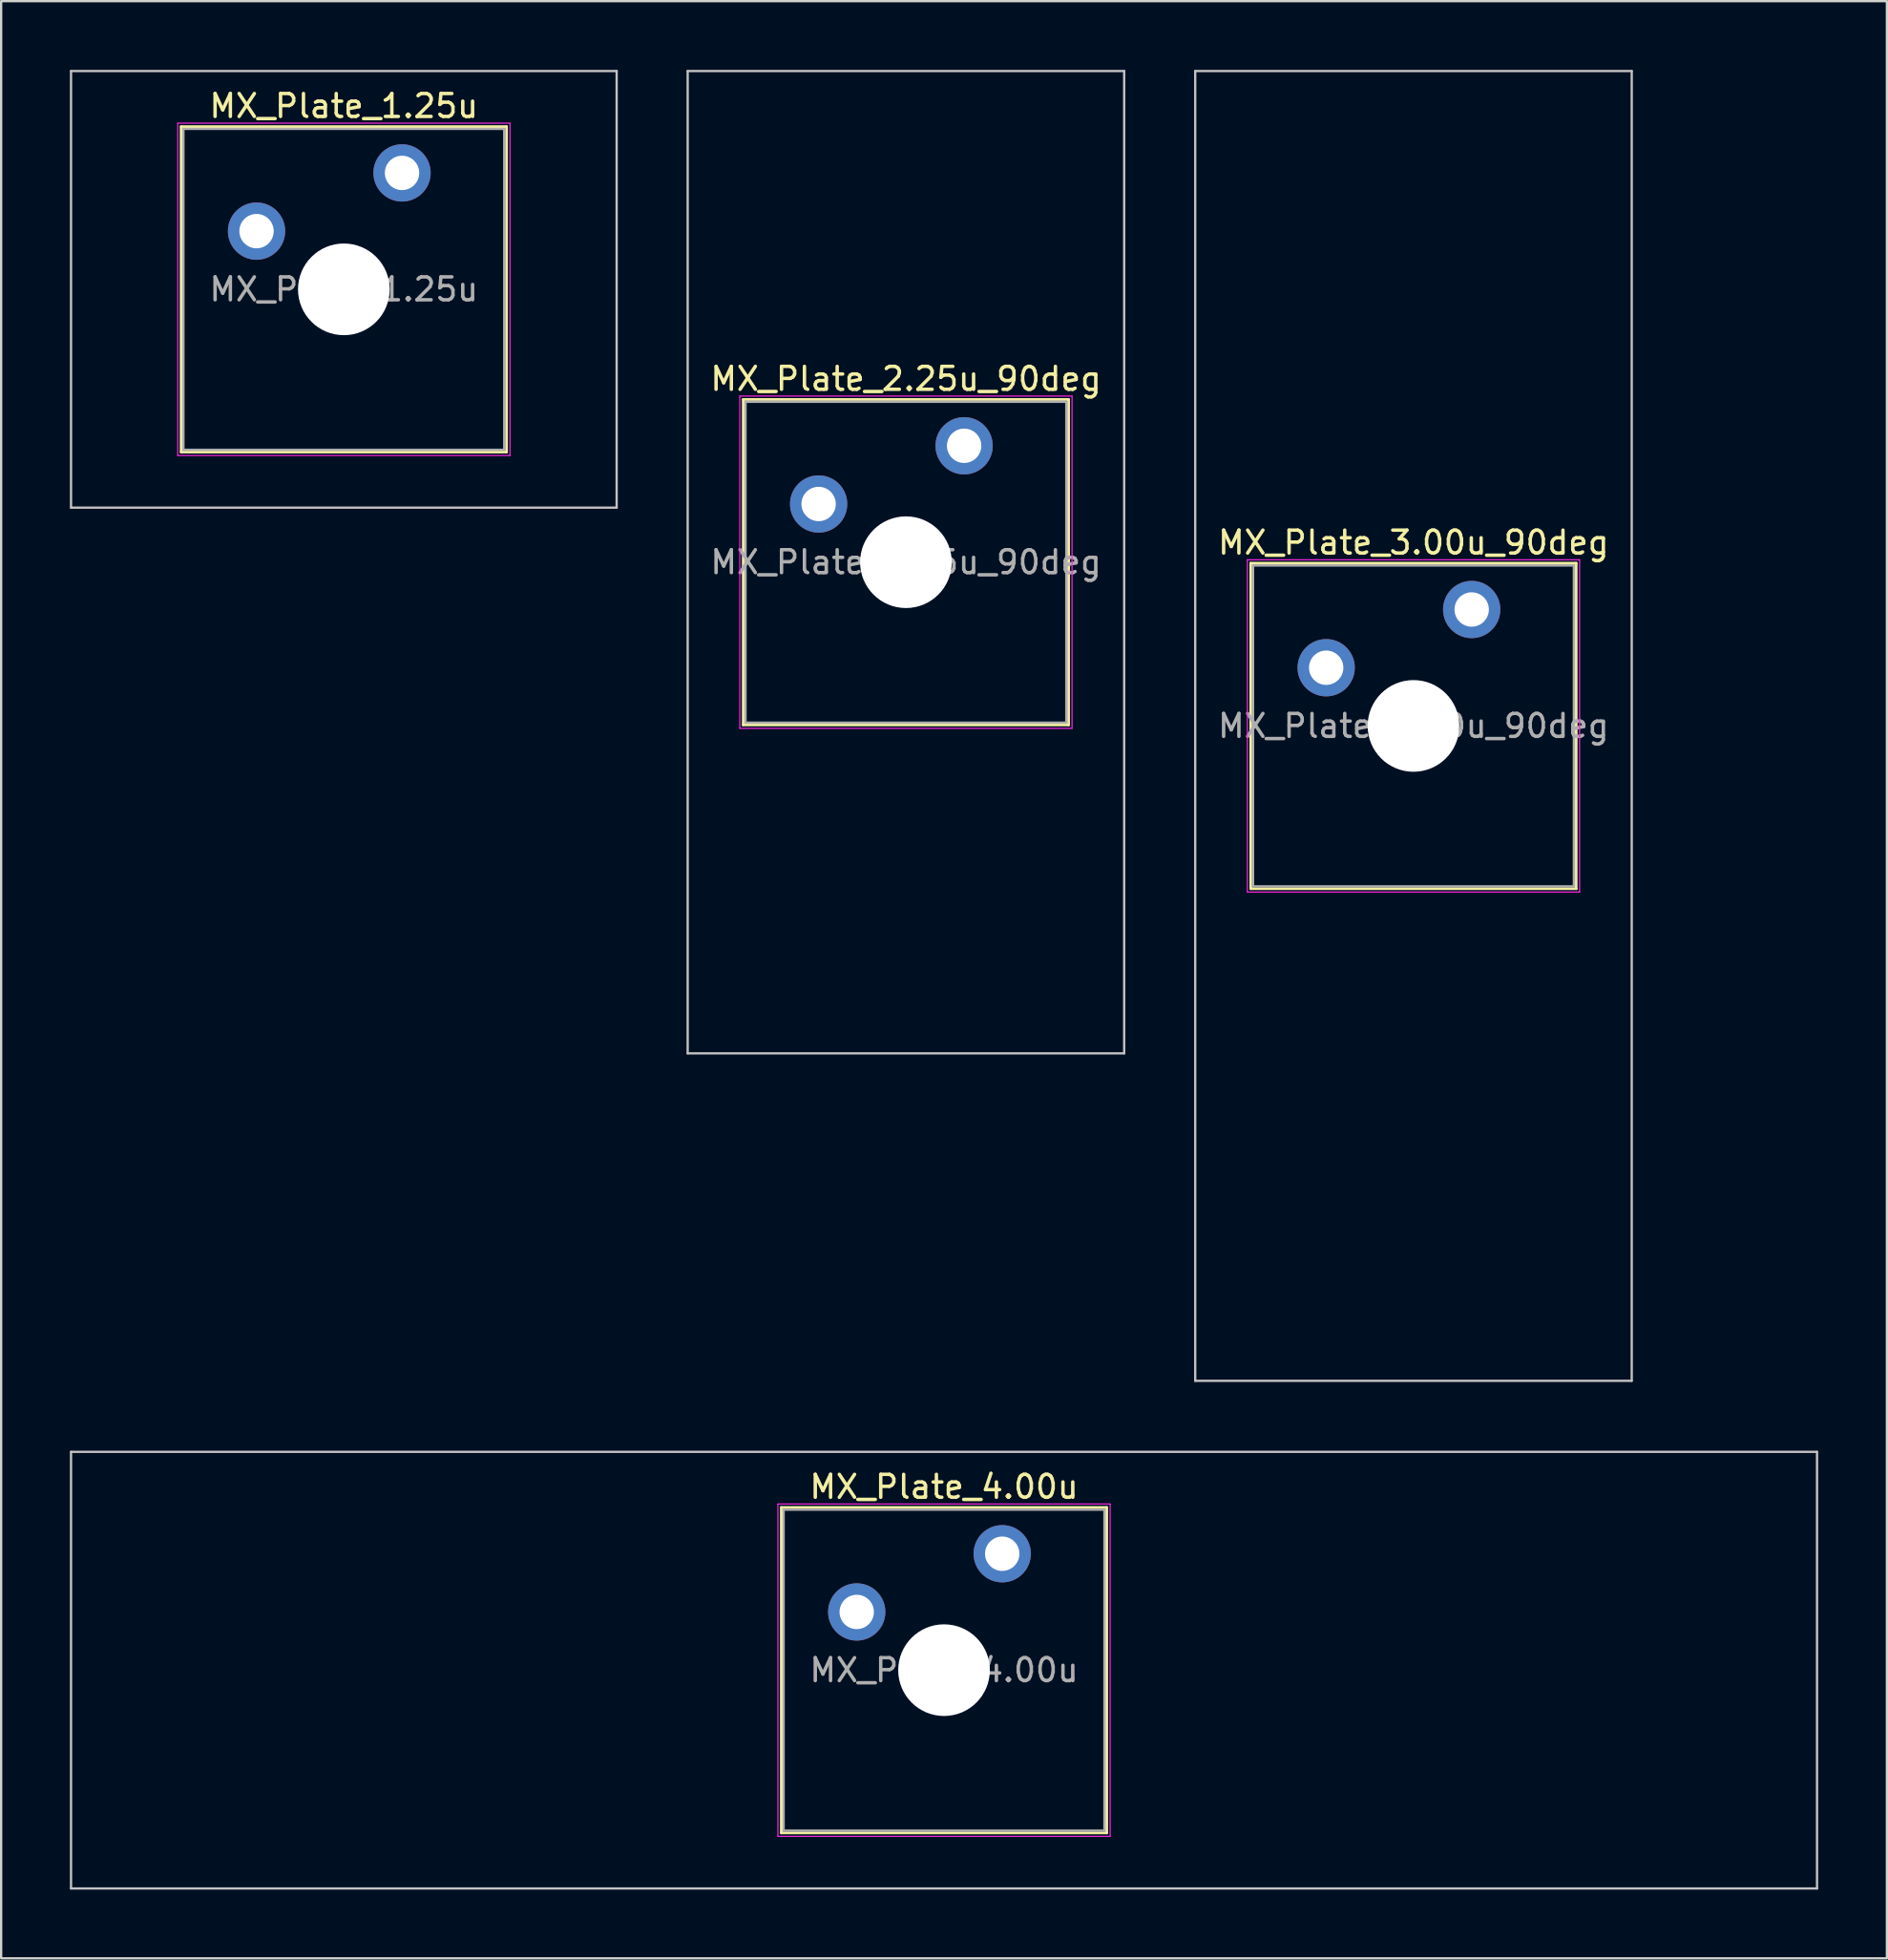
<source format=kicad_pcb>
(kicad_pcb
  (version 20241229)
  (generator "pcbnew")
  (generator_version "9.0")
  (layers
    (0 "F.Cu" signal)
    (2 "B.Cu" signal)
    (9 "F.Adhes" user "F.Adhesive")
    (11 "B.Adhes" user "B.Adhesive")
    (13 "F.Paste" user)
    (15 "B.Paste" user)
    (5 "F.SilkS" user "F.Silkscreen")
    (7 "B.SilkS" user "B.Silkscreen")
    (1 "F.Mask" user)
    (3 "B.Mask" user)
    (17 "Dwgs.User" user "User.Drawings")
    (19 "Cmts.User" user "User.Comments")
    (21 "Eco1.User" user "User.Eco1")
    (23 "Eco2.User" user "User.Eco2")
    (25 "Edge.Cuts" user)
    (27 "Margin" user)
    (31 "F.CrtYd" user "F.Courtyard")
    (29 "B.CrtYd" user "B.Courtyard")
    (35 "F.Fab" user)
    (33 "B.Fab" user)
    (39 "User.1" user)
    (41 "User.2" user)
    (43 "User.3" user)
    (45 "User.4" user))
  (footprint "MX_Plate_1.25u"
    (layer "F.Cu")
    (at 11.956 9.575)
    (property "Reference" "MX_Plate_1.25u" (at 0 -8 0) (layer "F.SilkS") (effects (font (size 1 1) (thickness 0.15))))
    (attr through_hole)
    (fp_line (start -7.1 -7.1) (end -7.1 7.1) (stroke (width 0.12) (type solid)) (layer "F.SilkS"))
    (fp_line (start -7.1 7.1) (end 7.1 7.1) (stroke (width 0.12) (type solid)) (layer "F.SilkS"))
    (fp_line (start 7.1 -7.1) (end -7.1 -7.1) (stroke (width 0.12) (type solid)) (layer "F.SilkS"))
    (fp_line (start 7.1 7.1) (end 7.1 -7.1) (stroke (width 0.12) (type solid)) (layer "F.SilkS"))
    (fp_line (start -11.906 -9.525) (end -11.906 9.525) (stroke (width 0.1) (type solid)) (layer "Dwgs.User"))
    (fp_line (start -11.906 9.525) (end 11.906 9.525) (stroke (width 0.1) (type solid)) (layer "Dwgs.User"))
    (fp_line (start 11.906 -9.525) (end -11.906 -9.525) (stroke (width 0.1) (type solid)) (layer "Dwgs.User"))
    (fp_line (start 11.906 9.525) (end 11.906 -9.525) (stroke (width 0.1) (type solid)) (layer "Dwgs.User"))
    (fp_line (start -7 -7) (end -7 7) (stroke (width 0.1) (type solid)) (layer "Eco1.User"))
    (fp_line (start -7 7) (end 7 7) (stroke (width 0.1) (type solid)) (layer "Eco1.User"))
    (fp_line (start 7 -7) (end -7 -7) (stroke (width 0.1) (type solid)) (layer "Eco1.User"))
    (fp_line (start 7 7) (end 7 -7) (stroke (width 0.1) (type solid)) (layer "Eco1.User"))
    (fp_line (start -7.25 -7.25) (end -7.25 7.25) (stroke (width 0.05) (type solid)) (layer "F.CrtYd"))
    (fp_line (start -7.25 7.25) (end 7.25 7.25) (stroke (width 0.05) (type solid)) (layer "F.CrtYd"))
    (fp_line (start 7.25 -7.25) (end -7.25 -7.25) (stroke (width 0.05) (type solid)) (layer "F.CrtYd"))
    (fp_line (start 7.25 7.25) (end 7.25 -7.25) (stroke (width 0.05) (type solid)) (layer "F.CrtYd"))
    (fp_line (start -7 -7) (end -7 7) (stroke (width 0.1) (type solid)) (layer "F.Fab"))
    (fp_line (start -7 7) (end 7 7) (stroke (width 0.1) (type solid)) (layer "F.Fab"))
    (fp_line (start 7 -7) (end -7 -7) (stroke (width 0.1) (type solid)) (layer "F.Fab"))
    (fp_line (start 7 7) (end 7 -7) (stroke (width 0.1) (type solid)) (layer "F.Fab"))
    (fp_text user "${REFERENCE}" (at 0 0 0) (layer "F.Fab") (effects (font (size 1 1) (thickness 0.15))))
    (pad "" np_thru_hole circle (at 0 0) (size 4 4) (drill 4) (layers "*.Cu" "*.Mask"))
    (pad "1" thru_hole circle (at -3.81 -2.54) (size 2.5 2.5) (drill 1.5) (layers "*.Cu" "*.Mask"))
    (pad "2" thru_hole circle (at 2.54 -5.08) (size 2.5 2.5) (drill 1.5) (layers "*.Cu" "*.Mask")))
  (footprint "MX_Plate_2.25u_90deg"
    (layer "F.Cu")
    (at 36.487 21.481)
    (property "Reference" "MX_Plate_2.25u_90deg" (at 0 -8 0) (layer "F.SilkS") (effects (font (size 1 1) (thickness 0.15))))
    (attr through_hole)
    (fp_line (start -7.1 -7.1) (end -7.1 7.1) (stroke (width 0.12) (type solid)) (layer "F.SilkS"))
    (fp_line (start -7.1 7.1) (end 7.1 7.1) (stroke (width 0.12) (type solid)) (layer "F.SilkS"))
    (fp_line (start 7.1 -7.1) (end -7.1 -7.1) (stroke (width 0.12) (type solid)) (layer "F.SilkS"))
    (fp_line (start 7.1 7.1) (end 7.1 -7.1) (stroke (width 0.12) (type solid)) (layer "F.SilkS"))
    (fp_line (start -9.525 -21.431) (end 9.525 -21.431) (stroke (width 0.1) (type solid)) (layer "Dwgs.User"))
    (fp_line (start -9.525 21.431) (end -9.525 -21.431) (stroke (width 0.1) (type solid)) (layer "Dwgs.User"))
    (fp_line (start 9.525 -21.431) (end 9.525 21.431) (stroke (width 0.1) (type solid)) (layer "Dwgs.User"))
    (fp_line (start 9.525 21.431) (end -9.525 21.431) (stroke (width 0.1) (type solid)) (layer "Dwgs.User"))
    (fp_line (start -7 -7) (end -7 7) (stroke (width 0.1) (type solid)) (layer "Eco1.User"))
    (fp_line (start -7 7) (end 7 7) (stroke (width 0.1) (type solid)) (layer "Eco1.User"))
    (fp_line (start 7 -7) (end -7 -7) (stroke (width 0.1) (type solid)) (layer "Eco1.User"))
    (fp_line (start 7 7) (end 7 -7) (stroke (width 0.1) (type solid)) (layer "Eco1.User"))
    (fp_line (start -7.25 -7.25) (end -7.25 7.25) (stroke (width 0.05) (type solid)) (layer "F.CrtYd"))
    (fp_line (start -7.25 7.25) (end 7.25 7.25) (stroke (width 0.05) (type solid)) (layer "F.CrtYd"))
    (fp_line (start 7.25 -7.25) (end -7.25 -7.25) (stroke (width 0.05) (type solid)) (layer "F.CrtYd"))
    (fp_line (start 7.25 7.25) (end 7.25 -7.25) (stroke (width 0.05) (type solid)) (layer "F.CrtYd"))
    (fp_line (start -7 -7) (end -7 7) (stroke (width 0.1) (type solid)) (layer "F.Fab"))
    (fp_line (start -7 7) (end 7 7) (stroke (width 0.1) (type solid)) (layer "F.Fab"))
    (fp_line (start 7 -7) (end -7 -7) (stroke (width 0.1) (type solid)) (layer "F.Fab"))
    (fp_line (start 7 7) (end 7 -7) (stroke (width 0.1) (type solid)) (layer "F.Fab"))
    (fp_text user "${REFERENCE}" (at 0 0 0) (layer "F.Fab") (effects (font (size 1 1) (thickness 0.15))))
    (pad "" np_thru_hole circle (at 0 0) (size 4 4) (drill 4) (layers "*.Cu" "*.Mask"))
    (pad "1" thru_hole circle (at -3.81 -2.54) (size 2.5 2.5) (drill 1.5) (layers "*.Cu" "*.Mask"))
    (pad "2" thru_hole circle (at 2.54 -5.08) (size 2.5 2.5) (drill 1.5) (layers "*.Cu" "*.Mask")))
  (footprint "MX_Plate_3.00u_90deg"
    (layer "F.Cu")
    (at 58.638 28.625)
    (property "Reference" "MX_Plate_3.00u_90deg" (at 0 -8 0) (layer "F.SilkS") (effects (font (size 1 1) (thickness 0.15))))
    (attr through_hole)
    (fp_line (start -7.1 -7.1) (end -7.1 7.1) (stroke (width 0.12) (type solid)) (layer "F.SilkS"))
    (fp_line (start -7.1 7.1) (end 7.1 7.1) (stroke (width 0.12) (type solid)) (layer "F.SilkS"))
    (fp_line (start 7.1 -7.1) (end -7.1 -7.1) (stroke (width 0.12) (type solid)) (layer "F.SilkS"))
    (fp_line (start 7.1 7.1) (end 7.1 -7.1) (stroke (width 0.12) (type solid)) (layer "F.SilkS"))
    (fp_line (start -9.525 -28.575) (end 9.525 -28.575) (stroke (width 0.1) (type solid)) (layer "Dwgs.User"))
    (fp_line (start -9.525 28.575) (end -9.525 -28.575) (stroke (width 0.1) (type solid)) (layer "Dwgs.User"))
    (fp_line (start 9.525 -28.575) (end 9.525 28.575) (stroke (width 0.1) (type solid)) (layer "Dwgs.User"))
    (fp_line (start 9.525 28.575) (end -9.525 28.575) (stroke (width 0.1) (type solid)) (layer "Dwgs.User"))
    (fp_line (start -7 -7) (end -7 7) (stroke (width 0.1) (type solid)) (layer "Eco1.User"))
    (fp_line (start -7 7) (end 7 7) (stroke (width 0.1) (type solid)) (layer "Eco1.User"))
    (fp_line (start 7 -7) (end -7 -7) (stroke (width 0.1) (type solid)) (layer "Eco1.User"))
    (fp_line (start 7 7) (end 7 -7) (stroke (width 0.1) (type solid)) (layer "Eco1.User"))
    (fp_line (start -7.25 -7.25) (end -7.25 7.25) (stroke (width 0.05) (type solid)) (layer "F.CrtYd"))
    (fp_line (start -7.25 7.25) (end 7.25 7.25) (stroke (width 0.05) (type solid)) (layer "F.CrtYd"))
    (fp_line (start 7.25 -7.25) (end -7.25 -7.25) (stroke (width 0.05) (type solid)) (layer "F.CrtYd"))
    (fp_line (start 7.25 7.25) (end 7.25 -7.25) (stroke (width 0.05) (type solid)) (layer "F.CrtYd"))
    (fp_line (start -7 -7) (end -7 7) (stroke (width 0.1) (type solid)) (layer "F.Fab"))
    (fp_line (start -7 7) (end 7 7) (stroke (width 0.1) (type solid)) (layer "F.Fab"))
    (fp_line (start 7 -7) (end -7 -7) (stroke (width 0.1) (type solid)) (layer "F.Fab"))
    (fp_line (start 7 7) (end 7 -7) (stroke (width 0.1) (type solid)) (layer "F.Fab"))
    (fp_text user "${REFERENCE}" (at 0 0 0) (layer "F.Fab") (effects (font (size 1 1) (thickness 0.15))))
    (pad "" np_thru_hole circle (at 0 0) (size 4 4) (drill 4) (layers "*.Cu" "*.Mask"))
    (pad "1" thru_hole circle (at -3.81 -2.54) (size 2.5 2.5) (drill 1.5) (layers "*.Cu" "*.Mask"))
    (pad "2" thru_hole circle (at 2.54 -5.08) (size 2.5 2.5) (drill 1.5) (layers "*.Cu" "*.Mask")))
  (footprint "MX_Plate_4.00u"
    (layer "F.Cu")
    (at 38.15 69.825)
    (property "Reference" "MX_Plate_4.00u" (at 0 -8 0) (layer "F.SilkS") (effects (font (size 1 1) (thickness 0.15))))
    (attr through_hole)
    (fp_line (start -7.1 -7.1) (end -7.1 7.1) (stroke (width 0.12) (type solid)) (layer "F.SilkS"))
    (fp_line (start -7.1 7.1) (end 7.1 7.1) (stroke (width 0.12) (type solid)) (layer "F.SilkS"))
    (fp_line (start 7.1 -7.1) (end -7.1 -7.1) (stroke (width 0.12) (type solid)) (layer "F.SilkS"))
    (fp_line (start 7.1 7.1) (end 7.1 -7.1) (stroke (width 0.12) (type solid)) (layer "F.SilkS"))
    (fp_line (start -38.1 -9.525) (end -38.1 9.525) (stroke (width 0.1) (type solid)) (layer "Dwgs.User"))
    (fp_line (start -38.1 9.525) (end 38.1 9.525) (stroke (width 0.1) (type solid)) (layer "Dwgs.User"))
    (fp_line (start 38.1 -9.525) (end -38.1 -9.525) (stroke (width 0.1) (type solid)) (layer "Dwgs.User"))
    (fp_line (start 38.1 9.525) (end 38.1 -9.525) (stroke (width 0.1) (type solid)) (layer "Dwgs.User"))
    (fp_line (start -7 -7) (end -7 7) (stroke (width 0.1) (type solid)) (layer "Eco1.User"))
    (fp_line (start -7 7) (end 7 7) (stroke (width 0.1) (type solid)) (layer "Eco1.User"))
    (fp_line (start 7 -7) (end -7 -7) (stroke (width 0.1) (type solid)) (layer "Eco1.User"))
    (fp_line (start 7 7) (end 7 -7) (stroke (width 0.1) (type solid)) (layer "Eco1.User"))
    (fp_line (start -7.25 -7.25) (end -7.25 7.25) (stroke (width 0.05) (type solid)) (layer "F.CrtYd"))
    (fp_line (start -7.25 7.25) (end 7.25 7.25) (stroke (width 0.05) (type solid)) (layer "F.CrtYd"))
    (fp_line (start 7.25 -7.25) (end -7.25 -7.25) (stroke (width 0.05) (type solid)) (layer "F.CrtYd"))
    (fp_line (start 7.25 7.25) (end 7.25 -7.25) (stroke (width 0.05) (type solid)) (layer "F.CrtYd"))
    (fp_line (start -7 -7) (end -7 7) (stroke (width 0.1) (type solid)) (layer "F.Fab"))
    (fp_line (start -7 7) (end 7 7) (stroke (width 0.1) (type solid)) (layer "F.Fab"))
    (fp_line (start 7 -7) (end -7 -7) (stroke (width 0.1) (type solid)) (layer "F.Fab"))
    (fp_line (start 7 7) (end 7 -7) (stroke (width 0.1) (type solid)) (layer "F.Fab"))
    (fp_text user "${REFERENCE}" (at 0 0 0) (layer "F.Fab") (effects (font (size 1 1) (thickness 0.15))))
    (pad "" np_thru_hole circle (at 0 0) (size 4 4) (drill 4) (layers "*.Cu" "*.Mask"))
    (pad "1" thru_hole circle (at -3.81 -2.54) (size 2.5 2.5) (drill 1.5) (layers "*.Cu" "*.Mask"))
    (pad "2" thru_hole circle (at 2.54 -5.08) (size 2.5 2.5) (drill 1.5) (layers "*.Cu" "*.Mask")))
  (gr_rect
    (start -3 -3)
    (end 79.3 82.4)
    (stroke (width 0.1) (type default))
    (fill no)
    (layer "Edge.Cuts")))
</source>
